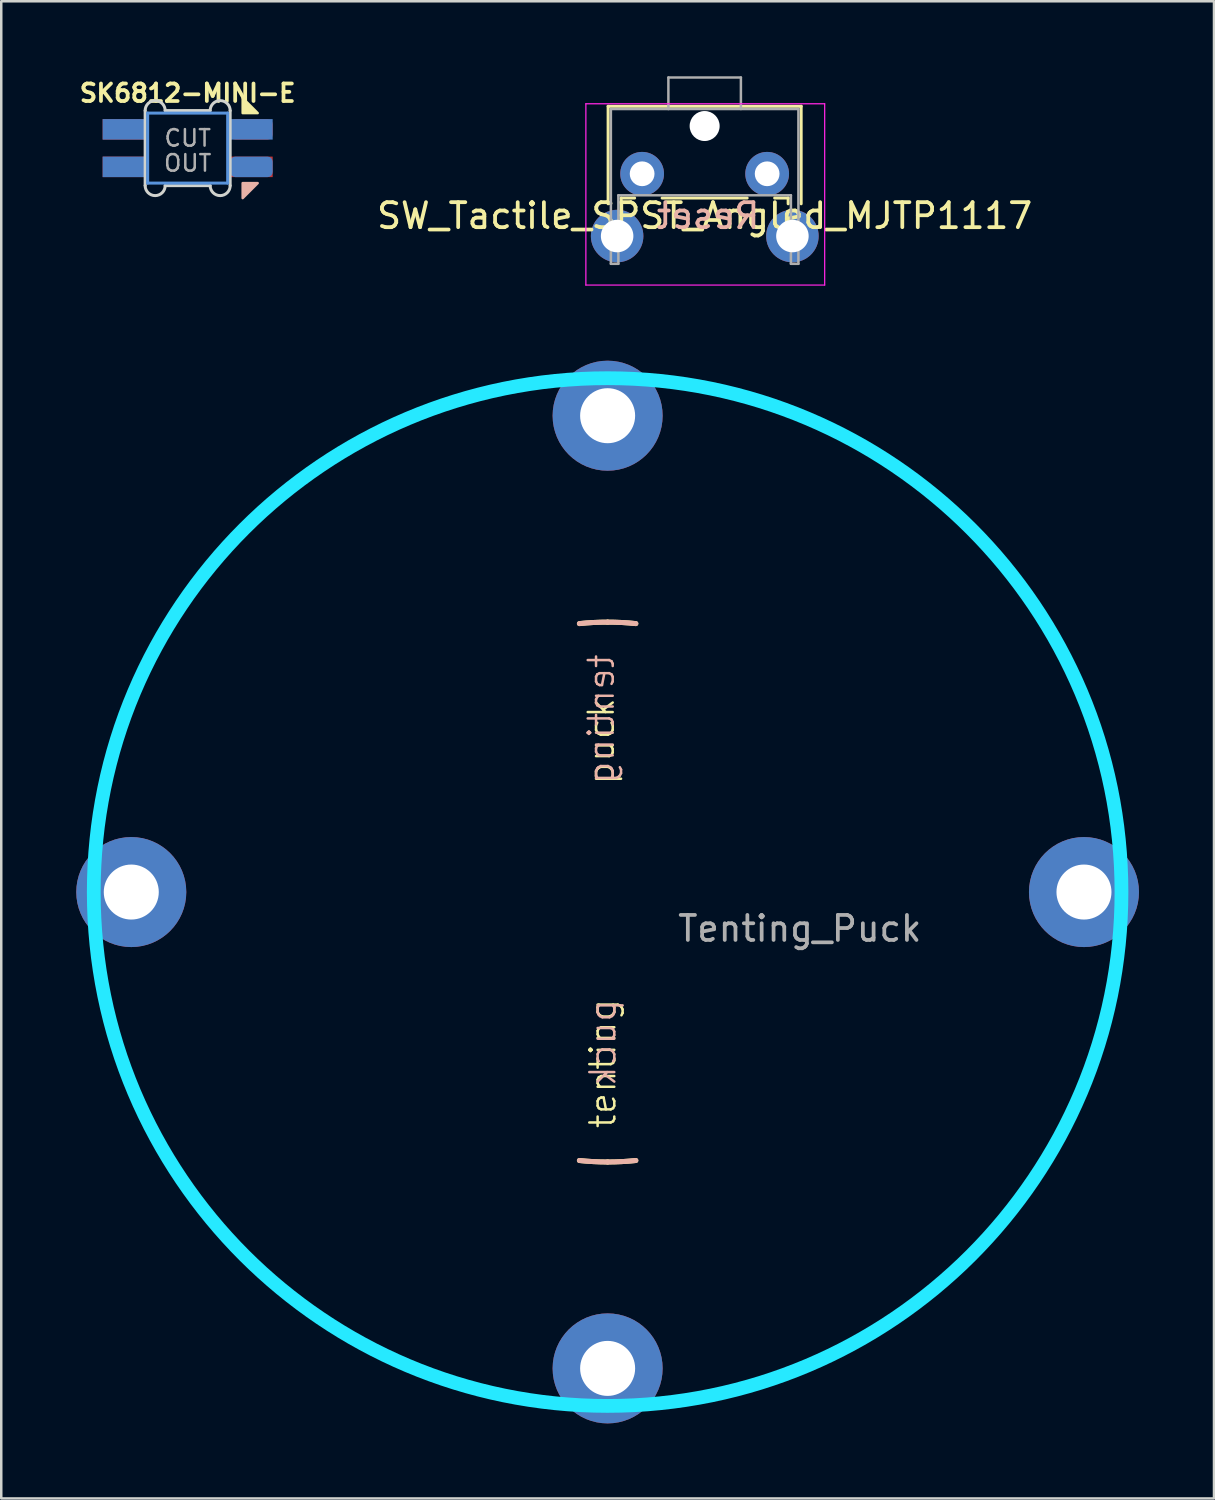
<source format=kicad_pcb>
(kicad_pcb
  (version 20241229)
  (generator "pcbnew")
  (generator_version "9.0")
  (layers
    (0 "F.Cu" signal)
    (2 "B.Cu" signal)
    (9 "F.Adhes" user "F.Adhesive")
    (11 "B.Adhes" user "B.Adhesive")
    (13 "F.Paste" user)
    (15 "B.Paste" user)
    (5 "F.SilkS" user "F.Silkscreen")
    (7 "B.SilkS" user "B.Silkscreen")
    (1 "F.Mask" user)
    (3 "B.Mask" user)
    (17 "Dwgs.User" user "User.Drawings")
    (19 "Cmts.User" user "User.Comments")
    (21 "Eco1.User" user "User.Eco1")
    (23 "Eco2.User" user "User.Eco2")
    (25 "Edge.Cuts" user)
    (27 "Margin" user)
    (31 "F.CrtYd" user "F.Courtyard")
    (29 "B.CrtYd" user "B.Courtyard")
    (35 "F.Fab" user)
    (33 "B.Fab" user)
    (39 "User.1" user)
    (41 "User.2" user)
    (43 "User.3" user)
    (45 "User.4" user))
  (footprint "SK6812-MINI-E"
    (layer "F.Cu")
    (at 4.455 2.873)
    (property "Reference" "SK6812-MINI-E" (at 0 -2.2 0) (unlocked yes) (layer "F.SilkS") (effects (font (size 0.7 0.7) (thickness 0.15))))
    (attr through_hole)
    (fp_poly (pts (xy 2.8 -1.4) (xy 2.2 -1.4) (xy 2.2 -2)) (stroke (width 0.1) (type solid)) (fill yes) (layer "F.SilkS"))
    (fp_poly (pts (xy 2.2 2) (xy 2.2 1.4) (xy 2.8 1.4)) (stroke (width 0.1) (type solid)) (fill yes) (layer "B.SilkS"))
    (fp_line (start -1.6 -1.4) (end 1.6 -1.4) (stroke (width 0.12) (type solid)) (layer "Cmts.User"))
    (fp_line (start -1.6 1.4) (end -1.6 -1.4) (stroke (width 0.12) (type solid)) (layer "Cmts.User"))
    (fp_line (start 1.6 -1.4) (end 1.6 1.4) (stroke (width 0.12) (type solid)) (layer "Cmts.User"))
    (fp_line (start 1.6 1.4) (end -1.6 1.4) (stroke (width 0.12) (type solid)) (layer "Cmts.User"))
    (fp_line (start -1.7 1.5) (end -1.7 -1.5) (stroke (width 0.12) (type solid)) (layer "Edge.Cuts"))
    (fp_line (start -0.9 -1.5) (end 0.9 -1.5) (stroke (width 0.12) (type solid)) (layer "Edge.Cuts"))
    (fp_line (start 0.9 1.5) (end -0.9 1.5) (stroke (width 0.12) (type solid)) (layer "Edge.Cuts"))
    (fp_line (start 1.7 -1.5) (end 1.7 1.5) (stroke (width 0.12) (type solid)) (layer "Edge.Cuts"))
    (fp_arc (start -1.7 -1.5) (mid -1.3 -1.9) (end -0.9 -1.5) (stroke (width 0.12) (type solid)) (layer "Edge.Cuts"))
    (fp_arc (start -0.9 1.5) (mid -1.3 1.9) (end -1.7 1.5) (stroke (width 0.12) (type solid)) (layer "Edge.Cuts"))
    (fp_arc (start 0.9 -1.5) (mid 1.3 -1.9) (end 1.7 -1.5) (stroke (width 0.12) (type solid)) (layer "Edge.Cuts"))
    (fp_arc (start 1.7 1.5) (mid 1.3 1.9) (end 0.9 1.5) (stroke (width 0.12) (type solid)) (layer "Edge.Cuts"))
    (fp_text user "OUT" (at 0 0.6 0) (layer "F.Fab") (effects (font (size 0.66 0.66) (thickness 0.1))))
    (fp_text user "CUT" (at 0 -0.4 0) (layer "F.Fab") (effects (font (size 0.66 0.66) (thickness 0.1))))
    (pad "1" smd rect (at -2.55 -0.75) (size 1.7 0.82) (layers "B.Cu" "B.Mask" "B.Paste"))
    (pad "1" smd rect (at -2.55 0.75) (size 1.7 0.82) (layers "F.Cu" "F.Mask" "F.Paste"))
    (pad "2" smd rect (at -2.55 -0.75) (size 1.7 0.82) (layers "F.Cu" "F.Mask" "F.Paste"))
    (pad "2" smd rect (at -2.55 0.75) (size 1.7 0.82) (layers "B.Cu" "B.Mask" "B.Paste"))
    (pad "3" smd roundrect (at 2.55 -0.75) (size 1.7 0.82) (layers "F.Cu" "F.Mask" "F.Paste") (roundrect_rratio 0.25))
    (pad "3" smd roundrect (at 2.55 0.75) (size 1.7 0.82) (layers "B.Cu" "B.Mask" "B.Paste") (roundrect_rratio 0.25))
    (pad "4" smd rect (at 2.55 -0.75) (size 1.7 0.82) (layers "B.Cu" "B.Mask" "B.Paste"))
    (pad "4" smd rect (at 2.55 0.75) (size 1.7 0.82) (layers "F.Cu" "F.Mask" "F.Paste")))
  (footprint "Tenting_Puck"
    (layer "F.Cu")
    (at 21.25 32.625)
    (property "Reference" "Tenting_Puck" (at 7.684 1.46 0) (layer "F.Fab") (effects (font (size 1 1) (thickness 0.15))))
    (attr through_hole)
    (fp_arc (start -20.32 -2.8575) (mid -19.91151 -4.959786) (end -19.286134 -7.008048) (stroke (width 0.2) (type solid)) (layer "F.SilkS"))
    (fp_arc (start -19.286134 7.008047) (mid -19.91151 4.959786) (end -20.32 2.8575) (stroke (width 0.2) (type solid)) (layer "F.SilkS"))
    (fp_arc (start -7.008048 -19.286134) (mid -4.959786 -19.91151) (end -2.8575 -20.32) (stroke (width 0.2) (type solid)) (layer "F.SilkS"))
    (fp_arc (start -2.8575 20.32) (mid -4.959785 19.91151) (end -7.008046 19.286135) (stroke (width 0.2) (type solid)) (layer "F.SilkS"))
    (fp_arc (start -1.128385 -10.735864) (mid -0.564967 -10.780206) (end 0 -10.795) (stroke (width 0.2) (type solid)) (layer "F.SilkS"))
    (fp_arc (start 0 -10.795) (mid 0.564967 -10.780206) (end 1.128385 -10.735864) (stroke (width 0.2) (type solid)) (layer "F.SilkS"))
    (fp_arc (start 0 10.795) (mid -0.564967 10.780206) (end -1.128385 10.735864) (stroke (width 0.2) (type solid)) (layer "F.SilkS"))
    (fp_arc (start 1.128385 10.735864) (mid 0.564967 10.780206) (end 0 10.795) (stroke (width 0.2) (type solid)) (layer "F.SilkS"))
    (fp_arc (start 2.8575 -20.32) (mid 4.959786 -19.91151) (end 7.008047 -19.286134) (stroke (width 0.2) (type solid)) (layer "F.SilkS"))
    (fp_arc (start 7.008047 19.286134) (mid 4.959786 19.91151) (end 2.8575 20.32) (stroke (width 0.2) (type solid)) (layer "F.SilkS"))
    (fp_arc (start 19.286135 -7.008045) (mid 19.91151 -4.959785) (end 20.32 -2.8575) (stroke (width 0.2) (type solid)) (layer "F.SilkS"))
    (fp_arc (start 20.32 2.8575) (mid 19.91151 4.959785) (end 19.286135 7.008046) (stroke (width 0.2) (type solid)) (layer "F.SilkS"))
    (fp_arc (start -20.32 -2.8575) (mid -19.91151 -4.959784) (end -19.286136 -7.008044) (stroke (width 0.2) (type solid)) (layer "B.SilkS"))
    (fp_arc (start -19.286135 7.008046) (mid -19.91151 4.959785) (end -20.32 2.8575) (stroke (width 0.2) (type solid)) (layer "B.SilkS"))
    (fp_arc (start -7.008046 -19.286135) (mid -4.959785 -19.91151) (end -2.8575 -20.32) (stroke (width 0.2) (type solid)) (layer "B.SilkS"))
    (fp_arc (start -2.8575 20.32) (mid -4.959785 19.91151) (end -7.008045 19.286135) (stroke (width 0.2) (type solid)) (layer "B.SilkS"))
    (fp_arc (start -1.128385 -10.735864) (mid -0.564967 -10.780206) (end 0 -10.795) (stroke (width 0.2) (type solid)) (layer "B.SilkS"))
    (fp_arc (start 0 -10.795) (mid 0.564967 -10.780206) (end 1.128385 -10.735864) (stroke (width 0.2) (type solid)) (layer "B.SilkS"))
    (fp_arc (start 0 10.795) (mid -0.564967 10.780206) (end -1.128385 10.735864) (stroke (width 0.2) (type solid)) (layer "B.SilkS"))
    (fp_arc (start 1.128385 10.735864) (mid 0.564967 10.780206) (end 0 10.795) (stroke (width 0.2) (type solid)) (layer "B.SilkS"))
    (fp_arc (start 2.8575 -20.32) (mid 4.959787 -19.91151) (end 7.008049 -19.286134) (stroke (width 0.2) (type solid)) (layer "B.SilkS"))
    (fp_arc (start 7.008045 19.286135) (mid 4.959785 19.91151) (end 2.8575 20.32) (stroke (width 0.2) (type solid)) (layer "B.SilkS"))
    (fp_arc (start 19.286134 -7.008048) (mid 19.91151 -4.959786) (end 20.32 -2.8575) (stroke (width 0.2) (type solid)) (layer "B.SilkS"))
    (fp_arc (start 20.32 2.8575) (mid 19.91151 4.959786) (end 19.286134 7.008048) (stroke (width 0.2) (type solid)) (layer "B.SilkS"))
    (fp_circle (center 0 0) (end 20.55 0) (stroke (width 0.55) (type solid)) (fill no) (layer "B.CrtYd"))
    (fp_text user "tenting" (at -0.191 6.858 90) (layer "F.SilkS") (effects (font (size 1 1) (thickness 0.1))))
    (fp_text user "puck" (at -0.254 -6.032 90) (layer "F.SilkS") (effects (font (size 1 1) (thickness 0.1))))
    (fp_text user "puck" (at -0.191 6.032 90) (unlocked yes) (layer "B.SilkS") (effects (font (size 1 1) (thickness 0.1)) (justify mirror)))
    (fp_text user "tenting" (at -0.254 -6.921 90) (layer "B.SilkS") (effects (font (size 1 1) (thickness 0.1)) (justify mirror)))
    (pad "1" thru_hole circle (at -19.05 0) (size 4.4 4.4) (drill 2.2) (layers "*.Cu" "*.Mask"))
    (pad "1" thru_hole circle (at 0 -19.05) (size 4.4 4.4) (drill 2.2) (layers "*.Cu" "*.Mask"))
    (pad "1" thru_hole circle (at 0 19.05) (size 4.4 4.4) (drill 2.2) (layers "*.Cu" "*.Mask"))
    (pad "1" thru_hole circle (at 19.05 0) (size 4.4 4.4) (drill 2.2) (layers "*.Cu" "*.Mask")))
  (footprint "SW_Tactile_SPST_Angled_MJTP1117"
    (layer "F.Cu")
    (at 22.63 3.9)
    (property "Reference" "SW_Tactile_SPST_Angled_MJTP1117" (at 2.5 1.68 0) (layer "F.SilkS") (effects (font (size 1 1) (thickness 0.15))))
    (attr through_hole)
    (fp_line (start -1.36 -2.7) (end -1.36 1.2) (stroke (width 0.12) (type solid)) (layer "F.SilkS"))
    (fp_line (start -1.36 -2.7) (end 6.36 -2.7) (stroke (width 0.12) (type solid)) (layer "F.SilkS"))
    (fp_line (start -0.84 0.97) (end -0.84 1.2) (stroke (width 0.12) (type solid)) (layer "F.SilkS"))
    (fp_line (start -0.84 0.97) (end -0.3 0.97) (stroke (width 0.12) (type solid)) (layer "F.SilkS"))
    (fp_line (start 0.8 0.97) (end 4.2 0.97) (stroke (width 0.12) (type solid)) (layer "F.SilkS"))
    (fp_line (start 5.3 0.97) (end 5.84 0.97) (stroke (width 0.12) (type solid)) (layer "F.SilkS"))
    (fp_line (start 5.84 0.97) (end 5.84 1.2) (stroke (width 0.12) (type solid)) (layer "F.SilkS"))
    (fp_line (start 6.36 -2.7) (end 6.36 1.2) (stroke (width 0.12) (type solid)) (layer "F.SilkS"))
    (fp_line (start -2.25 -2.8) (end 7.3 -2.8) (stroke (width 0.05) (type solid)) (layer "F.CrtYd"))
    (fp_line (start -2.25 4.45) (end -2.25 -2.8) (stroke (width 0.05) (type solid)) (layer "F.CrtYd"))
    (fp_line (start 7.3 -2.8) (end 7.3 4.45) (stroke (width 0.05) (type solid)) (layer "F.CrtYd"))
    (fp_line (start 7.3 4.45) (end -2.25 4.45) (stroke (width 0.05) (type solid)) (layer "F.CrtYd"))
    (fp_line (start -1.25 -2.59) (end 6.25 -2.59) (stroke (width 0.1) (type solid)) (layer "F.Fab"))
    (fp_line (start -1.25 3.6) (end -1.25 -2.59) (stroke (width 0.1) (type solid)) (layer "F.Fab"))
    (fp_line (start -1.25 3.6) (end -0.95 3.6) (stroke (width 0.1) (type solid)) (layer "F.Fab"))
    (fp_line (start -0.95 0.86) (end 5.95 0.86) (stroke (width 0.1) (type solid)) (layer "F.Fab"))
    (fp_line (start -0.95 3.6) (end -0.95 0.86) (stroke (width 0.1) (type solid)) (layer "F.Fab"))
    (fp_line (start 1.05 -3.85) (end 1.05 -2.59) (stroke (width 0.1) (type solid)) (layer "F.Fab"))
    (fp_line (start 1.05 -3.85) (end 3.95 -3.85) (stroke (width 0.1) (type solid)) (layer "F.Fab"))
    (fp_line (start 3.95 -3.85) (end 3.95 -2.59) (stroke (width 0.1) (type solid)) (layer "F.Fab"))
    (fp_line (start 5.95 3.6) (end 5.95 0.86) (stroke (width 0.1) (type solid)) (layer "F.Fab"))
    (fp_line (start 5.95 3.6) (end 6.25 3.6) (stroke (width 0.1) (type solid)) (layer "F.Fab"))
    (fp_line (start 6.25 3.6) (end 6.25 -2.59) (stroke (width 0.1) (type solid)) (layer "F.Fab"))
    (fp_text user "Reset" (at 2.64 1.68 0) (layer "B.SilkS") (effects (font (size 1 1) (thickness 0.15)) (justify mirror)))
    (pad "" thru_hole circle (at -1 2.49) (size 2.1 2.1) (drill 1.3) (layers "*.Cu" "*.Mask"))
    (pad "" np_thru_hole circle (at 2.5 -1.91) (size 1.2 1.2) (drill 1.2) (layers "*.Cu" "*.Mask"))
    (pad "" thru_hole circle (at 6.01 2.49) (size 2.1 2.1) (drill 1.3) (layers "*.Cu" "*.Mask"))
    (pad "1" thru_hole circle (at 0 0) (size 1.75 1.75) (drill 0.99) (layers "*.Cu" "*.Mask"))
    (pad "2" thru_hole circle (at 5 0) (size 1.75 1.75) (drill 0.99) (layers "*.Cu" "*.Mask")))
  (gr_rect
    (start -3 -3)
    (end 45.5 56.875)
    (stroke (width 0.1) (type default))
    (fill no)
    (layer "Edge.Cuts")))
</source>
